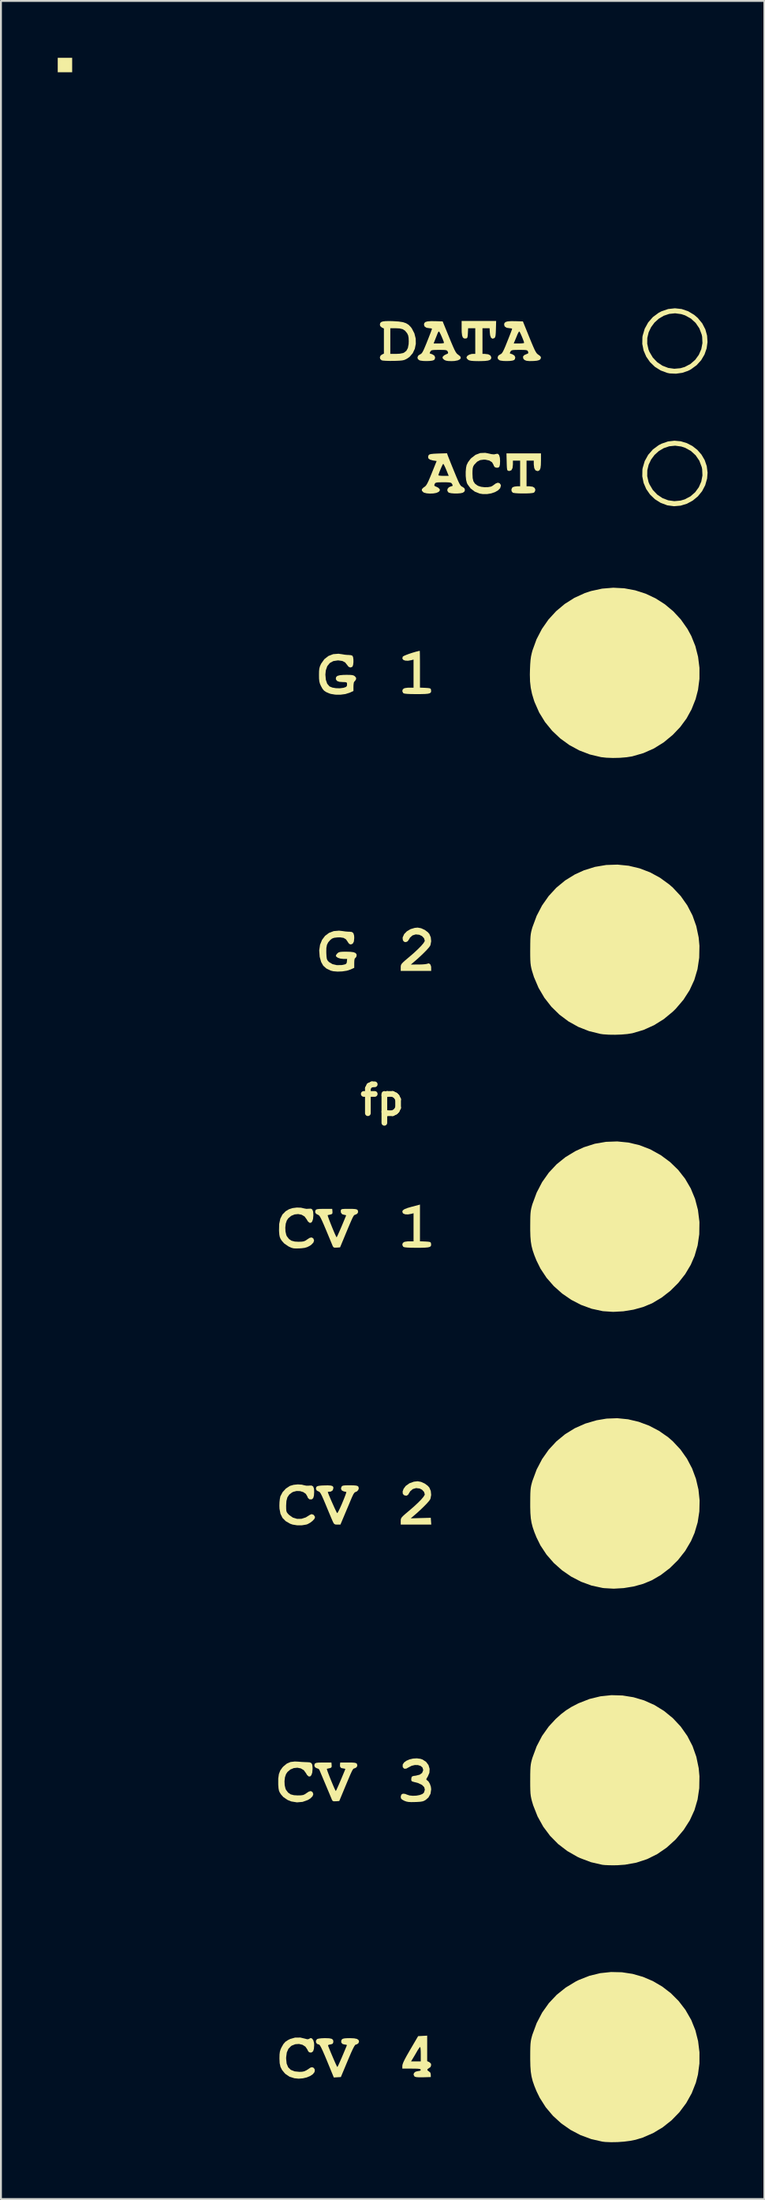
<source format=kicad_pcb>
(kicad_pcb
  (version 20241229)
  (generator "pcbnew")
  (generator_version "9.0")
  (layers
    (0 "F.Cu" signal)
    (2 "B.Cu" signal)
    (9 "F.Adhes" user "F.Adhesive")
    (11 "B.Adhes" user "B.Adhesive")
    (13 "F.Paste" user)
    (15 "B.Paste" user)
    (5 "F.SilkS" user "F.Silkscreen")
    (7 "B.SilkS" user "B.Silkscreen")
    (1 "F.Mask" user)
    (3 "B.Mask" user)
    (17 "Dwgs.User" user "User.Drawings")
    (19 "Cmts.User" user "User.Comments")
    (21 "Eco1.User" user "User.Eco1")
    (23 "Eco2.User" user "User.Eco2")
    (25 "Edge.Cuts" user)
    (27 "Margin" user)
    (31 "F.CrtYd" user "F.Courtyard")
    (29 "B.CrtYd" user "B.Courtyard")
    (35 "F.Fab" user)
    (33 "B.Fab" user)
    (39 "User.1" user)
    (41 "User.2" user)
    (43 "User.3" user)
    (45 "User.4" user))
  (footprint "fp"
    (layer "F.Cu")
    (at 17.145 54.991)
    (property "Reference" "fp" (at 0 0 0) (layer "F.SilkS") (effects (font (size 1.524 1.524) (thickness 0.3))))
    (attr board_only exclude_from_pos_files exclude_from_bom)
    (fp_poly (pts (xy -16.383 -54.229) (xy -17.145 -54.229) (xy -17.145 -54.991) (xy -16.383 -54.991)) (stroke (width 0) (type solid)) (fill yes) (layer "F.SilkS"))
    (fp_poly (pts (xy 1.99 7.447) (xy 2.275 7.459) (xy 2.428 7.469) (xy 2.516 7.484) (xy 2.558 7.513) (xy 2.574 7.563) (xy 2.575 7.569) (xy 2.58 7.647) (xy 2.561 7.704) (xy 2.509 7.743) (xy 2.413 7.768) (xy 2.262 7.782) (xy 2.045 7.788) (xy 1.824 7.789) (xy 1.531 7.787) (xy 1.318 7.778) (xy 1.181 7.763) (xy 1.113 7.742) (xy 1.109 7.739) (xy 1.064 7.655) (xy 1.058 7.62) (xy 1.086 7.53) (xy 1.173 7.476) (xy 1.33 7.452) (xy 1.405 7.451) (xy 1.651 7.451) (xy 1.651 5.967) (xy 1.535 5.999) (xy 1.355 6.03) (xy 1.204 6.023) (xy 1.103 5.979) (xy 1.085 5.958) (xy 1.057 5.881) (xy 1.084 5.814) (xy 1.173 5.752) (xy 1.333 5.689) (xy 1.56 5.624) (xy 1.99 5.511)) (stroke (width 0) (type solid)) (fill yes) (layer "F.SilkS"))
    (fp_poly (pts (xy 1.982 -23.665) (xy 1.985 -23.552) (xy 1.987 -23.379) (xy 1.989 -23.156) (xy 1.99 -22.895) (xy 1.99 -22.735) (xy 1.99 -21.763) (xy 2.275 -21.751) (xy 2.428 -21.741) (xy 2.516 -21.726) (xy 2.558 -21.697) (xy 2.574 -21.647) (xy 2.575 -21.641) (xy 2.58 -21.563) (xy 2.561 -21.506) (xy 2.509 -21.467) (xy 2.413 -21.442) (xy 2.262 -21.428) (xy 2.045 -21.422) (xy 1.824 -21.421) (xy 1.531 -21.423) (xy 1.318 -21.432) (xy 1.181 -21.447) (xy 1.113 -21.468) (xy 1.109 -21.471) (xy 1.064 -21.555) (xy 1.058 -21.59) (xy 1.086 -21.68) (xy 1.173 -21.734) (xy 1.33 -21.758) (xy 1.405 -21.759) (xy 1.651 -21.759) (xy 1.651 -23.243) (xy 1.535 -23.211) (xy 1.354 -23.18) (xy 1.206 -23.189) (xy 1.104 -23.231) (xy 1.058 -23.302) (xy 1.082 -23.396) (xy 1.084 -23.4) (xy 1.138 -23.435) (xy 1.253 -23.485) (xy 1.408 -23.543) (xy 1.584 -23.601) (xy 1.76 -23.653) (xy 1.914 -23.692) (xy 1.979 -23.705)) (stroke (width 0) (type solid)) (fill yes) (layer "F.SilkS"))
    (fp_poly (pts (xy 6.002 -40.676) (xy 5.994 -40.473) (xy 5.982 -40.339) (xy 5.962 -40.257) (xy 5.931 -40.212) (xy 5.916 -40.2) (xy 5.818 -40.172) (xy 5.744 -40.222) (xy 5.697 -40.349) (xy 5.681 -40.486) (xy 5.668 -40.725) (xy 5.292 -40.725) (xy 5.292 -39.37) (xy 5.416 -39.37) (xy 5.595 -39.349) (xy 5.711 -39.288) (xy 5.757 -39.191) (xy 5.757 -39.179) (xy 5.742 -39.106) (xy 5.688 -39.053) (xy 5.585 -39.018) (xy 5.423 -38.998) (xy 5.191 -38.99) (xy 5.087 -38.989) (xy 4.859 -38.993) (xy 4.701 -39.005) (xy 4.596 -39.027) (xy 4.539 -39.055) (xy 4.469 -39.124) (xy 4.445 -39.179) (xy 4.483 -39.257) (xy 4.578 -39.323) (xy 4.705 -39.364) (xy 4.772 -39.37) (xy 4.911 -39.37) (xy 4.911 -40.725) (xy 4.534 -40.725) (xy 4.521 -40.46) (xy 4.511 -40.315) (xy 4.494 -40.233) (xy 4.461 -40.195) (xy 4.405 -40.181) (xy 4.316 -40.186) (xy 4.254 -40.236) (xy 4.215 -40.342) (xy 4.195 -40.513) (xy 4.191 -40.712) (xy 4.191 -41.106) (xy 6.014 -41.106)) (stroke (width 0) (type solid)) (fill yes) (layer "F.SilkS"))
    (fp_poly (pts (xy 8.382 -33.737) (xy 8.376 -33.505) (xy 8.356 -33.345) (xy 8.317 -33.247) (xy 8.255 -33.199) (xy 8.189 -33.189) (xy 8.09 -33.228) (xy 8.027 -33.341) (xy 8.002 -33.529) (xy 8.001 -33.573) (xy 8.001 -33.74) (xy 7.62 -33.74) (xy 7.62 -32.385) (xy 7.771 -32.385) (xy 7.945 -32.363) (xy 8.051 -32.297) (xy 8.086 -32.194) (xy 8.053 -32.094) (xy 8.004 -32.048) (xy 7.924 -32.029) (xy 7.783 -32.015) (xy 7.602 -32.008) (xy 7.404 -32.007) (xy 7.211 -32.011) (xy 7.045 -32.021) (xy 6.927 -32.037) (xy 6.89 -32.05) (xy 6.828 -32.127) (xy 6.822 -32.23) (xy 6.868 -32.319) (xy 6.898 -32.341) (xy 6.996 -32.371) (xy 7.123 -32.385) (xy 7.13 -32.385) (xy 7.281 -32.385) (xy 7.281 -33.74) (xy 6.9 -33.74) (xy 6.9 -33.536) (xy 6.88 -33.348) (xy 6.82 -33.233) (xy 6.721 -33.194) (xy 6.686 -33.196) (xy 6.641 -33.206) (xy 6.61 -33.23) (xy 6.592 -33.283) (xy 6.581 -33.382) (xy 6.574 -33.542) (xy 6.571 -33.666) (xy 6.559 -34.121) (xy 8.382 -34.121)) (stroke (width 0) (type solid)) (fill yes) (layer "F.SilkS"))
    (fp_poly (pts (xy 2.05 20.141) (xy 2.241 20.228) (xy 2.406 20.35) (xy 2.487 20.443) (xy 2.561 20.62) (xy 2.582 20.826) (xy 2.546 21.02) (xy 2.523 21.074) (xy 2.461 21.159) (xy 2.348 21.286) (xy 2.195 21.442) (xy 2.016 21.614) (xy 1.822 21.791) (xy 1.693 21.902) (xy 1.503 22.064) (xy 2.032 22.049) (xy 2.561 22.035) (xy 2.574 22.214) (xy 2.587 22.394) (xy 0.974 22.394) (xy 0.974 22.214) (xy 0.976 22.137) (xy 0.99 22.075) (xy 1.027 22.013) (xy 1.097 21.938) (xy 1.21 21.836) (xy 1.377 21.695) (xy 1.392 21.683) (xy 1.655 21.457) (xy 1.876 21.252) (xy 2.051 21.075) (xy 2.173 20.932) (xy 2.236 20.83) (xy 2.244 20.798) (xy 2.205 20.669) (xy 2.101 20.557) (xy 1.975 20.491) (xy 1.787 20.468) (xy 1.614 20.518) (xy 1.478 20.632) (xy 1.429 20.712) (xy 1.36 20.823) (xy 1.284 20.868) (xy 1.254 20.87) (xy 1.14 20.84) (xy 1.081 20.759) (xy 1.075 20.643) (xy 1.124 20.507) (xy 1.228 20.365) (xy 1.245 20.348) (xy 1.435 20.213) (xy 1.669 20.13) (xy 1.869 20.108)) (stroke (width 0) (type solid)) (fill yes) (layer "F.SilkS"))
    (fp_poly (pts (xy 2.371 50.702) (xy 2.477 50.75) (xy 2.564 50.825) (xy 2.582 50.906) (xy 2.548 51.011) (xy 2.477 51.062) (xy 2.388 51.123) (xy 2.383 51.185) (xy 2.462 51.243) (xy 2.466 51.245) (xy 2.541 51.311) (xy 2.561 51.414) (xy 2.561 51.541) (xy 2.158 51.553) (xy 1.932 51.554) (xy 1.784 51.542) (xy 1.708 51.516) (xy 1.703 51.513) (xy 1.651 51.418) (xy 1.672 51.329) (xy 1.754 51.259) (xy 1.887 51.225) (xy 1.923 51.223) (xy 2.011 51.202) (xy 2.032 51.16) (xy 2.019 51.132) (xy 1.971 51.113) (xy 1.875 51.102) (xy 1.718 51.097) (xy 1.545 51.096) (xy 1.058 51.096) (xy 1.058 50.949) (xy 1.071 50.872) (xy 1.112 50.761) (xy 1.134 50.715) (xy 1.519 50.715) (xy 2.032 50.715) (xy 2.032 50.334) (xy 2.029 50.167) (xy 2.02 50.036) (xy 2.007 49.963) (xy 2 49.953) (xy 1.963 49.987) (xy 1.902 50.074) (xy 1.853 50.154) (xy 1.761 50.313) (xy 1.664 50.477) (xy 1.629 50.535) (xy 1.519 50.715) (xy 1.134 50.715) (xy 1.185 50.609) (xy 1.295 50.405) (xy 1.447 50.142) (xy 1.476 50.092) (xy 1.893 49.382) (xy 2.132 49.369) (xy 2.371 49.356)) (stroke (width 0) (type solid)) (fill yes) (layer "F.SilkS"))
    (fp_poly (pts (xy 12.788 -27.003) (xy 13.359 -26.897) (xy 13.91 -26.72) (xy 14.434 -26.474) (xy 14.923 -26.163) (xy 15.372 -25.789) (xy 15.772 -25.357) (xy 16.116 -24.868) (xy 16.322 -24.49) (xy 16.537 -23.956) (xy 16.681 -23.39) (xy 16.754 -22.808) (xy 16.753 -22.222) (xy 16.679 -21.647) (xy 16.551 -21.157) (xy 16.336 -20.616) (xy 16.069 -20.131) (xy 15.738 -19.684) (xy 15.344 -19.27) (xy 14.865 -18.874) (xy 14.346 -18.552) (xy 13.789 -18.306) (xy 13.199 -18.136) (xy 12.899 -18.089) (xy 12.55 -18.06) (xy 12.186 -18.052) (xy 11.84 -18.065) (xy 11.557 -18.096) (xy 10.966 -18.236) (xy 10.405 -18.45) (xy 9.881 -18.734) (xy 9.401 -19.082) (xy 8.971 -19.488) (xy 8.596 -19.947) (xy 8.285 -20.453) (xy 8.043 -21.002) (xy 8.008 -21.103) (xy 7.908 -21.437) (xy 7.842 -21.755) (xy 7.805 -22.084) (xy 7.795 -22.451) (xy 7.801 -22.709) (xy 7.813 -22.992) (xy 7.83 -23.214) (xy 7.855 -23.399) (xy 7.892 -23.571) (xy 7.934 -23.728) (xy 8.148 -24.315) (xy 8.431 -24.858) (xy 8.777 -25.354) (xy 9.181 -25.795) (xy 9.638 -26.178) (xy 10.144 -26.498) (xy 10.692 -26.748) (xy 11.023 -26.858) (xy 11.613 -26.986) (xy 12.204 -27.034)) (stroke (width 0) (type solid)) (fill yes) (layer "F.SilkS"))
    (fp_poly (pts (xy 2.05 -9.069) (xy 2.241 -8.982) (xy 2.406 -8.86) (xy 2.487 -8.767) (xy 2.561 -8.59) (xy 2.582 -8.384) (xy 2.546 -8.19) (xy 2.523 -8.136) (xy 2.462 -8.052) (xy 2.349 -7.925) (xy 2.198 -7.771) (xy 2.022 -7.602) (xy 1.835 -7.432) (xy 1.696 -7.312) (xy 1.509 -7.154) (xy 1.908 -7.155) (xy 2.089 -7.159) (xy 2.242 -7.17) (xy 2.343 -7.185) (xy 2.368 -7.194) (xy 2.461 -7.216) (xy 2.534 -7.165) (xy 2.577 -7.055) (xy 2.582 -6.984) (xy 2.582 -6.816) (xy 0.974 -6.816) (xy 0.974 -6.996) (xy 0.976 -7.073) (xy 0.99 -7.135) (xy 1.027 -7.197) (xy 1.097 -7.272) (xy 1.21 -7.374) (xy 1.377 -7.515) (xy 1.392 -7.527) (xy 1.655 -7.753) (xy 1.876 -7.958) (xy 2.051 -8.135) (xy 2.173 -8.278) (xy 2.236 -8.38) (xy 2.244 -8.412) (xy 2.204 -8.542) (xy 2.098 -8.654) (xy 1.954 -8.724) (xy 1.765 -8.743) (xy 1.595 -8.69) (xy 1.464 -8.574) (xy 1.416 -8.489) (xy 1.339 -8.378) (xy 1.244 -8.335) (xy 1.154 -8.353) (xy 1.09 -8.427) (xy 1.073 -8.55) (xy 1.08 -8.594) (xy 1.157 -8.763) (xy 1.301 -8.91) (xy 1.493 -9.022) (xy 1.716 -9.088) (xy 1.869 -9.102)) (stroke (width 0) (type solid)) (fill yes) (layer "F.SilkS"))
    (fp_poly (pts (xy 12.983 16.838) (xy 13.547 16.971) (xy 14.095 17.175) (xy 14.615 17.447) (xy 15.096 17.782) (xy 15.348 18) (xy 15.754 18.435) (xy 16.094 18.916) (xy 16.366 19.433) (xy 16.569 19.979) (xy 16.701 20.544) (xy 16.762 21.121) (xy 16.748 21.701) (xy 16.66 22.275) (xy 16.494 22.836) (xy 16.309 23.262) (xy 16.002 23.782) (xy 15.625 24.261) (xy 15.19 24.69) (xy 14.706 25.059) (xy 14.236 25.332) (xy 13.784 25.519) (xy 13.282 25.658) (xy 12.755 25.744) (xy 12.225 25.775) (xy 11.713 25.746) (xy 11.624 25.734) (xy 11.052 25.61) (xy 10.502 25.409) (xy 9.98 25.139) (xy 9.496 24.806) (xy 9.058 24.417) (xy 8.675 23.977) (xy 8.355 23.494) (xy 8.145 23.069) (xy 8.03 22.784) (xy 7.945 22.535) (xy 7.884 22.3) (xy 7.845 22.059) (xy 7.823 21.789) (xy 7.814 21.468) (xy 7.814 21.251) (xy 7.816 20.967) (xy 7.82 20.75) (xy 7.829 20.582) (xy 7.844 20.445) (xy 7.867 20.322) (xy 7.9 20.193) (xy 7.931 20.087) (xy 8.154 19.487) (xy 8.442 18.937) (xy 8.792 18.44) (xy 9.199 18.002) (xy 9.659 17.624) (xy 10.169 17.31) (xy 10.723 17.065) (xy 11.317 16.891) (xy 11.849 16.802) (xy 12.413 16.781)) (stroke (width 0) (type solid)) (fill yes) (layer "F.SilkS"))
    (fp_poly (pts (xy 0.567 -41.097) (xy 0.861 -41.079) (xy 1.086 -41.045) (xy 1.258 -40.987) (xy 1.395 -40.901) (xy 1.511 -40.78) (xy 1.562 -40.71) (xy 1.695 -40.454) (xy 1.764 -40.18) (xy 1.771 -39.904) (xy 1.718 -39.64) (xy 1.607 -39.405) (xy 1.44 -39.212) (xy 1.323 -39.129) (xy 1.234 -39.08) (xy 1.149 -39.046) (xy 1.051 -39.025) (xy 0.918 -39.012) (xy 0.732 -39.004) (xy 0.594 -39.001) (xy 0.382 -39) (xy 0.194 -39.005) (xy 0.05 -39.015) (xy -0.03 -39.03) (xy -0.032 -39.03) (xy -0.111 -39.101) (xy -0.128 -39.197) (xy -0.084 -39.29) (xy -0.021 -39.335) (xy 0.085 -39.384) (xy 0.085 -40.711) (xy 0.055 -40.725) (xy 0.423 -40.725) (xy 0.423 -39.37) (xy 0.722 -39.37) (xy 0.929 -39.381) (xy 1.091 -39.413) (xy 1.144 -39.434) (xy 1.271 -39.533) (xy 1.351 -39.679) (xy 1.391 -39.885) (xy 1.397 -40.039) (xy 1.39 -40.218) (xy 1.366 -40.345) (xy 1.317 -40.449) (xy 1.3 -40.474) (xy 1.197 -40.598) (xy 1.074 -40.675) (xy 0.911 -40.714) (xy 0.709 -40.724) (xy 0.423 -40.725) (xy 0.055 -40.725) (xy -0.021 -40.759) (xy -0.109 -40.835) (xy -0.127 -40.913) (xy -0.113 -40.992) (xy -0.066 -41.047) (xy 0.027 -41.082) (xy 0.175 -41.099) (xy 0.39 -41.102)) (stroke (width 0) (type solid)) (fill yes) (layer "F.SilkS"))
    (fp_poly (pts (xy 13.006 2.238) (xy 13.59 2.377) (xy 14.154 2.595) (xy 14.166 2.601) (xy 14.712 2.904) (xy 15.202 3.266) (xy 15.631 3.682) (xy 15.996 4.148) (xy 16.294 4.658) (xy 16.521 5.207) (xy 16.674 5.79) (xy 16.75 6.402) (xy 16.753 6.462) (xy 16.743 7.079) (xy 16.658 7.664) (xy 16.496 8.222) (xy 16.294 8.688) (xy 16.003 9.177) (xy 15.642 9.637) (xy 15.223 10.055) (xy 14.758 10.417) (xy 14.261 10.713) (xy 14.245 10.721) (xy 13.781 10.913) (xy 13.269 11.055) (xy 12.732 11.141) (xy 12.194 11.17) (xy 11.676 11.136) (xy 11.624 11.129) (xy 11.054 11.005) (xy 10.503 10.804) (xy 9.982 10.535) (xy 9.498 10.202) (xy 9.061 9.813) (xy 8.677 9.374) (xy 8.357 8.892) (xy 8.145 8.464) (xy 8.03 8.179) (xy 7.945 7.93) (xy 7.884 7.695) (xy 7.845 7.454) (xy 7.823 7.184) (xy 7.814 6.863) (xy 7.814 6.646) (xy 7.816 6.362) (xy 7.82 6.145) (xy 7.829 5.977) (xy 7.844 5.84) (xy 7.867 5.717) (xy 7.9 5.588) (xy 7.931 5.482) (xy 8.155 4.877) (xy 8.443 4.324) (xy 8.795 3.827) (xy 9.207 3.386) (xy 9.678 3.006) (xy 10.206 2.687) (xy 10.653 2.484) (xy 11.227 2.301) (xy 11.816 2.2) (xy 12.412 2.179)) (stroke (width 0) (type solid)) (fill yes) (layer "F.SilkS"))
    (fp_poly (pts (xy -4.443 34.901) (xy -4.262 34.916) (xy -4.083 34.925) (xy -3.982 34.928) (xy -3.835 34.938) (xy -3.745 34.978) (xy -3.699 35.065) (xy -3.684 35.214) (xy -3.683 35.282) (xy -3.7 35.478) (xy -3.746 35.613) (xy -3.812 35.682) (xy -3.892 35.68) (xy -3.977 35.602) (xy -4.034 35.504) (xy -4.147 35.351) (xy -4.303 35.257) (xy -4.484 35.221) (xy -4.674 35.24) (xy -4.855 35.315) (xy -5.009 35.445) (xy -5.086 35.559) (xy -5.143 35.727) (xy -5.166 35.933) (xy -5.157 36.144) (xy -5.114 36.326) (xy -5.082 36.394) (xy -4.972 36.536) (xy -4.841 36.626) (xy -4.666 36.671) (xy -4.465 36.682) (xy -4.296 36.678) (xy -4.181 36.66) (xy -4.09 36.62) (xy -4.011 36.565) (xy -3.877 36.478) (xy -3.779 36.454) (xy -3.703 36.491) (xy -3.681 36.515) (xy -3.644 36.616) (xy -3.684 36.727) (xy -3.798 36.84) (xy -3.932 36.923) (xy -4.21 37.023) (xy -4.508 37.049) (xy -4.805 37.001) (xy -4.998 36.925) (xy -5.227 36.77) (xy -5.355 36.625) (xy -5.42 36.523) (xy -5.46 36.425) (xy -5.482 36.305) (xy -5.495 36.135) (xy -5.497 36.082) (xy -5.496 35.789) (xy -5.463 35.558) (xy -5.391 35.369) (xy -5.275 35.206) (xy -5.224 35.152) (xy -5.043 35.004) (xy -4.849 34.919) (xy -4.619 34.892)) (stroke (width 0) (type solid)) (fill yes) (layer "F.SilkS"))
    (fp_poly (pts (xy 12.658 46.012) (xy 13.222 46.098) (xy 13.769 46.254) (xy 14.292 46.477) (xy 14.786 46.766) (xy 15.242 47.116) (xy 15.653 47.527) (xy 16.013 47.995) (xy 16.314 48.518) (xy 16.321 48.531) (xy 16.538 49.071) (xy 16.682 49.642) (xy 16.754 50.232) (xy 16.752 50.825) (xy 16.675 51.407) (xy 16.565 51.836) (xy 16.345 52.395) (xy 16.053 52.917) (xy 15.696 53.395) (xy 15.281 53.822) (xy 14.814 54.192) (xy 14.302 54.499) (xy 13.752 54.737) (xy 13.382 54.849) (xy 13.103 54.905) (xy 12.776 54.947) (xy 12.428 54.972) (xy 12.087 54.978) (xy 11.783 54.966) (xy 11.624 54.947) (xy 11.034 54.813) (xy 10.47 54.604) (xy 9.942 54.327) (xy 9.454 53.986) (xy 9.016 53.587) (xy 8.635 53.136) (xy 8.318 52.638) (xy 8.15 52.295) (xy 8.033 52.009) (xy 7.945 51.755) (xy 7.883 51.51) (xy 7.843 51.253) (xy 7.822 50.964) (xy 7.814 50.62) (xy 7.814 50.461) (xy 7.815 50.177) (xy 7.82 49.96) (xy 7.829 49.792) (xy 7.844 49.655) (xy 7.867 49.531) (xy 7.9 49.403) (xy 7.931 49.297) (xy 8.155 48.693) (xy 8.443 48.141) (xy 8.796 47.644) (xy 9.211 47.203) (xy 9.687 46.82) (xy 10.222 46.498) (xy 10.383 46.418) (xy 10.941 46.199) (xy 11.511 46.06) (xy 12.086 45.999)) (stroke (width 0) (type solid)) (fill yes) (layer "F.SilkS"))
    (fp_poly (pts (xy 13.015 -12.366) (xy 13.591 -12.229) (xy 14.147 -12.017) (xy 14.675 -11.73) (xy 15.169 -11.369) (xy 15.354 -11.206) (xy 15.766 -10.765) (xy 16.111 -10.275) (xy 16.386 -9.744) (xy 16.587 -9.178) (xy 16.712 -8.584) (xy 16.753 -8.143) (xy 16.741 -7.512) (xy 16.651 -6.91) (xy 16.482 -6.34) (xy 16.234 -5.802) (xy 15.909 -5.296) (xy 15.506 -4.824) (xy 15.344 -4.665) (xy 14.87 -4.274) (xy 14.352 -3.952) (xy 13.799 -3.703) (xy 13.219 -3.532) (xy 13.21 -3.53) (xy 12.949 -3.488) (xy 12.635 -3.461) (xy 12.298 -3.449) (xy 11.966 -3.453) (xy 11.67 -3.473) (xy 11.523 -3.494) (xy 10.922 -3.641) (xy 10.358 -3.862) (xy 9.835 -4.153) (xy 9.359 -4.509) (xy 8.933 -4.926) (xy 8.563 -5.399) (xy 8.254 -5.924) (xy 8.01 -6.496) (xy 7.906 -6.829) (xy 7.871 -6.966) (xy 7.846 -7.094) (xy 7.829 -7.232) (xy 7.819 -7.398) (xy 7.814 -7.609) (xy 7.813 -7.882) (xy 7.814 -7.959) (xy 7.816 -8.243) (xy 7.82 -8.46) (xy 7.829 -8.628) (xy 7.844 -8.765) (xy 7.867 -8.888) (xy 7.9 -9.017) (xy 7.931 -9.123) (xy 8.153 -9.721) (xy 8.44 -10.271) (xy 8.79 -10.769) (xy 9.198 -11.211) (xy 9.661 -11.592) (xy 10.175 -11.908) (xy 10.651 -12.124) (xy 11.236 -12.306) (xy 11.83 -12.406) (xy 12.425 -12.425)) (stroke (width 0) (type solid)) (fill yes) (layer "F.SilkS"))
    (fp_poly (pts (xy 12.692 31.41) (xy 13.27 31.503) (xy 13.833 31.67) (xy 14.373 31.911) (xy 14.881 32.224) (xy 15.348 32.605) (xy 15.766 33.052) (xy 16.114 33.546) (xy 16.389 34.079) (xy 16.59 34.647) (xy 16.714 35.244) (xy 16.753 35.672) (xy 16.743 36.301) (xy 16.655 36.897) (xy 16.49 37.46) (xy 16.245 37.995) (xy 15.921 38.501) (xy 15.516 38.983) (xy 15.476 39.025) (xy 15.018 39.439) (xy 14.522 39.779) (xy 13.989 40.043) (xy 13.422 40.229) (xy 12.823 40.337) (xy 12.425 40.365) (xy 12.19 40.369) (xy 11.96 40.365) (xy 11.761 40.356) (xy 11.624 40.342) (xy 11.031 40.207) (xy 10.45 39.989) (xy 10.308 39.923) (xy 9.77 39.615) (xy 9.288 39.245) (xy 8.864 38.815) (xy 8.501 38.33) (xy 8.203 37.793) (xy 7.971 37.206) (xy 7.904 36.982) (xy 7.87 36.846) (xy 7.845 36.717) (xy 7.828 36.577) (xy 7.819 36.409) (xy 7.814 36.194) (xy 7.813 35.916) (xy 7.814 35.856) (xy 7.815 35.572) (xy 7.82 35.355) (xy 7.829 35.187) (xy 7.844 35.05) (xy 7.867 34.926) (xy 7.9 34.798) (xy 7.931 34.692) (xy 8.154 34.09) (xy 8.441 33.541) (xy 8.794 33.045) (xy 9.158 32.652) (xy 9.439 32.398) (xy 9.708 32.192) (xy 9.995 32.012) (xy 10.331 31.838) (xy 10.384 31.813) (xy 10.945 31.594) (xy 11.521 31.454) (xy 12.106 31.393)) (stroke (width 0) (type solid)) (fill yes) (layer "F.SilkS"))
    (fp_poly (pts (xy -4.294 5.675) (xy -4.136 5.712) (xy -4.007 5.736) (xy -3.895 5.73) (xy -3.774 5.724) (xy -3.696 5.77) (xy -3.654 5.878) (xy -3.641 6.058) (xy -3.641 6.072) (xy -3.658 6.268) (xy -3.703 6.403) (xy -3.77 6.472) (xy -3.85 6.47) (xy -3.935 6.392) (xy -3.992 6.294) (xy -4.104 6.141) (xy -4.261 6.047) (xy -4.442 6.011) (xy -4.632 6.03) (xy -4.812 6.105) (xy -4.966 6.235) (xy -5.044 6.349) (xy -5.101 6.517) (xy -5.124 6.723) (xy -5.114 6.934) (xy -5.072 7.116) (xy -5.04 7.184) (xy -4.929 7.327) (xy -4.796 7.417) (xy -4.62 7.462) (xy -4.426 7.472) (xy -4.257 7.467) (xy -4.143 7.449) (xy -4.051 7.409) (xy -3.975 7.355) (xy -3.837 7.266) (xy -3.735 7.244) (xy -3.656 7.286) (xy -3.641 7.302) (xy -3.603 7.405) (xy -3.642 7.518) (xy -3.753 7.633) (xy -3.838 7.69) (xy -3.965 7.754) (xy -4.096 7.793) (xy -4.263 7.815) (xy -4.378 7.822) (xy -4.559 7.827) (xy -4.687 7.819) (xy -4.795 7.791) (xy -4.914 7.738) (xy -4.953 7.719) (xy -5.181 7.563) (xy -5.313 7.415) (xy -5.377 7.313) (xy -5.417 7.215) (xy -5.44 7.095) (xy -5.453 6.925) (xy -5.455 6.872) (xy -5.447 6.532) (xy -5.388 6.255) (xy -5.276 6.034) (xy -5.106 5.862) (xy -4.933 5.758) (xy -4.741 5.696) (xy -4.515 5.667)) (stroke (width 0) (type solid)) (fill yes) (layer "F.SilkS"))
    (fp_poly (pts (xy -4.25 20.287) (xy -4.135 20.317) (xy -4.012 20.341) (xy -3.869 20.339) (xy -3.854 20.336) (xy -3.729 20.335) (xy -3.65 20.387) (xy -3.609 20.501) (xy -3.599 20.666) (xy -3.611 20.866) (xy -3.648 20.993) (xy -3.712 21.056) (xy -3.724 21.06) (xy -3.842 21.064) (xy -3.927 20.99) (xy -3.964 20.9) (xy -4.041 20.771) (xy -4.175 20.679) (xy -4.346 20.627) (xy -4.532 20.622) (xy -4.711 20.669) (xy -4.773 20.701) (xy -4.919 20.815) (xy -5.014 20.959) (xy -5.065 21.148) (xy -5.08 21.394) (xy -5.078 21.562) (xy -5.068 21.672) (xy -5.04 21.749) (xy -4.986 21.819) (xy -4.92 21.887) (xy -4.727 22.023) (xy -4.504 22.091) (xy -4.269 22.088) (xy -4.042 22.015) (xy -3.936 21.949) (xy -3.831 21.883) (xy -3.743 21.846) (xy -3.726 21.844) (xy -3.625 21.881) (xy -3.563 21.971) (xy -3.556 22.017) (xy -3.591 22.099) (xy -3.682 22.197) (xy -3.805 22.292) (xy -3.94 22.367) (xy -4.01 22.392) (xy -4.246 22.431) (xy -4.502 22.431) (xy -4.74 22.393) (xy -4.868 22.348) (xy -5.105 22.211) (xy -5.274 22.039) (xy -5.38 21.823) (xy -5.431 21.552) (xy -5.437 21.399) (xy -5.431 21.213) (xy -5.412 21.038) (xy -5.385 20.908) (xy -5.382 20.898) (xy -5.267 20.682) (xy -5.093 20.492) (xy -4.887 20.357) (xy -4.877 20.352) (xy -4.684 20.296) (xy -4.462 20.273)) (stroke (width 0) (type solid)) (fill yes) (layer "F.SilkS"))
    (fp_poly (pts (xy -4.104 49.51) (xy -3.962 49.547) (xy -3.884 49.535) (xy -3.879 49.531) (xy -3.79 49.482) (xy -3.709 49.508) (xy -3.645 49.597) (xy -3.606 49.741) (xy -3.598 49.853) (xy -3.612 50.052) (xy -3.654 50.179) (xy -3.729 50.24) (xy -3.791 50.25) (xy -3.868 50.231) (xy -3.926 50.161) (xy -3.962 50.082) (xy -4.063 49.936) (xy -4.215 49.839) (xy -4.399 49.795) (xy -4.594 49.808) (xy -4.782 49.882) (xy -4.821 49.908) (xy -4.959 50.049) (xy -5.044 50.242) (xy -5.079 50.496) (xy -5.08 50.569) (xy -5.053 50.829) (xy -4.972 51.026) (xy -4.832 51.162) (xy -4.631 51.241) (xy -4.375 51.266) (xy -4.235 51.26) (xy -4.122 51.237) (xy -4.01 51.185) (xy -3.871 51.095) (xy -3.799 51.044) (xy -3.705 51.02) (xy -3.616 51.061) (xy -3.563 51.154) (xy -3.563 51.156) (xy -3.579 51.276) (xy -3.665 51.387) (xy -3.807 51.484) (xy -3.989 51.56) (xy -4.199 51.609) (xy -4.421 51.626) (xy -4.641 51.604) (xy -4.643 51.604) (xy -4.9 51.522) (xy -5.104 51.387) (xy -5.17 51.322) (xy -5.298 51.163) (xy -5.379 51.002) (xy -5.421 50.812) (xy -5.433 50.568) (xy -5.433 50.546) (xy -5.428 50.347) (xy -5.41 50.202) (xy -5.373 50.08) (xy -5.324 49.974) (xy -5.225 49.801) (xy -5.121 49.682) (xy -4.984 49.59) (xy -4.868 49.533) (xy -4.608 49.459) (xy -4.328 49.457)) (stroke (width 0) (type solid)) (fill yes) (layer "F.SilkS"))
    (fp_poly (pts (xy 15.768 -34.759) (xy 16.087 -34.663) (xy 16.382 -34.51) (xy 16.643 -34.305) (xy 16.862 -34.055) (xy 17.031 -33.767) (xy 17.14 -33.447) (xy 17.183 -33.103) (xy 17.158 -32.792) (xy 17.058 -32.44) (xy 16.892 -32.124) (xy 16.668 -31.852) (xy 16.398 -31.63) (xy 16.092 -31.465) (xy 15.76 -31.364) (xy 15.412 -31.333) (xy 15.059 -31.38) (xy 15.05 -31.383) (xy 14.703 -31.512) (xy 14.398 -31.705) (xy 14.142 -31.952) (xy 13.941 -32.242) (xy 13.803 -32.565) (xy 13.734 -32.911) (xy 13.734 -32.92) (xy 13.995 -32.92) (xy 14.065 -32.608) (xy 14.113 -32.491) (xy 14.292 -32.19) (xy 14.525 -31.946) (xy 14.799 -31.763) (xy 15.103 -31.646) (xy 15.426 -31.601) (xy 15.756 -31.631) (xy 15.98 -31.697) (xy 16.279 -31.855) (xy 16.528 -32.072) (xy 16.721 -32.337) (xy 16.851 -32.636) (xy 16.912 -32.957) (xy 16.897 -33.288) (xy 16.873 -33.404) (xy 16.748 -33.733) (xy 16.555 -34.017) (xy 16.303 -34.248) (xy 16.001 -34.415) (xy 15.795 -34.483) (xy 15.469 -34.527) (xy 15.157 -34.495) (xy 14.867 -34.397) (xy 14.605 -34.242) (xy 14.38 -34.039) (xy 14.2 -33.796) (xy 14.07 -33.523) (xy 13.999 -33.228) (xy 13.995 -32.92) (xy 13.734 -32.92) (xy 13.741 -33.268) (xy 13.754 -33.348) (xy 13.863 -33.716) (xy 14.045 -34.045) (xy 14.293 -34.328) (xy 14.599 -34.554) (xy 14.748 -34.632) (xy 15.09 -34.75) (xy 15.433 -34.79)) (stroke (width 0) (type solid)) (fill yes) (layer "F.SilkS"))
    (fp_poly (pts (xy 15.815 -41.737) (xy 16.158 -41.62) (xy 16.478 -41.428) (xy 16.664 -41.268) (xy 16.901 -40.981) (xy 17.065 -40.666) (xy 17.157 -40.334) (xy 17.179 -39.995) (xy 17.133 -39.659) (xy 17.021 -39.337) (xy 16.845 -39.039) (xy 16.607 -38.776) (xy 16.308 -38.558) (xy 16.152 -38.476) (xy 15.847 -38.372) (xy 15.514 -38.326) (xy 15.186 -38.34) (xy 15.05 -38.368) (xy 14.703 -38.497) (xy 14.398 -38.69) (xy 14.142 -38.937) (xy 13.941 -39.227) (xy 13.803 -39.55) (xy 13.734 -39.896) (xy 13.734 -39.905) (xy 13.995 -39.905) (xy 14.065 -39.593) (xy 14.113 -39.476) (xy 14.292 -39.175) (xy 14.525 -38.931) (xy 14.799 -38.748) (xy 15.103 -38.631) (xy 15.426 -38.586) (xy 15.756 -38.616) (xy 15.98 -38.682) (xy 16.279 -38.84) (xy 16.528 -39.057) (xy 16.721 -39.322) (xy 16.851 -39.621) (xy 16.912 -39.942) (xy 16.897 -40.273) (xy 16.873 -40.389) (xy 16.748 -40.718) (xy 16.555 -41.002) (xy 16.303 -41.233) (xy 16.001 -41.4) (xy 15.795 -41.468) (xy 15.469 -41.512) (xy 15.157 -41.48) (xy 14.867 -41.382) (xy 14.605 -41.227) (xy 14.38 -41.024) (xy 14.2 -40.781) (xy 14.07 -40.508) (xy 13.999 -40.213) (xy 13.995 -39.905) (xy 13.734 -39.905) (xy 13.741 -40.253) (xy 13.754 -40.333) (xy 13.863 -40.701) (xy 14.045 -41.03) (xy 14.293 -41.313) (xy 14.599 -41.539) (xy 14.748 -41.617) (xy 15.099 -41.737) (xy 15.459 -41.777)) (stroke (width 0) (type solid)) (fill yes) (layer "F.SilkS"))
    (fp_poly (pts (xy 5.578 -34.124) (xy 5.768 -34.081) (xy 5.902 -34.069) (xy 6.001 -34.089) (xy 6.016 -34.095) (xy 6.107 -34.1) (xy 6.173 -34.028) (xy 6.212 -33.887) (xy 6.222 -33.726) (xy 6.215 -33.543) (xy 6.19 -33.43) (xy 6.14 -33.375) (xy 6.057 -33.364) (xy 6.03 -33.366) (xy 5.938 -33.396) (xy 5.888 -33.475) (xy 5.875 -33.517) (xy 5.799 -33.652) (xy 5.655 -33.744) (xy 5.452 -33.788) (xy 5.364 -33.792) (xy 5.17 -33.767) (xy 5.01 -33.683) (xy 4.862 -33.528) (xy 4.85 -33.512) (xy 4.804 -33.434) (xy 4.777 -33.338) (xy 4.765 -33.199) (xy 4.763 -33.049) (xy 4.774 -32.817) (xy 4.814 -32.649) (xy 4.892 -32.527) (xy 5.016 -32.434) (xy 5.074 -32.403) (xy 5.221 -32.358) (xy 5.401 -32.336) (xy 5.583 -32.34) (xy 5.737 -32.367) (xy 5.811 -32.402) (xy 5.923 -32.482) (xy 5.998 -32.536) (xy 6.105 -32.574) (xy 6.201 -32.545) (xy 6.259 -32.461) (xy 6.265 -32.413) (xy 6.226 -32.285) (xy 6.117 -32.172) (xy 5.956 -32.079) (xy 5.756 -32.011) (xy 5.534 -31.974) (xy 5.305 -31.975) (xy 5.144 -32.001) (xy 4.883 -32.105) (xy 4.664 -32.272) (xy 4.503 -32.49) (xy 4.468 -32.564) (xy 4.428 -32.719) (xy 4.407 -32.926) (xy 4.406 -33.151) (xy 4.425 -33.365) (xy 4.454 -33.502) (xy 4.527 -33.653) (xy 4.649 -33.817) (xy 4.702 -33.873) (xy 4.927 -34.046) (xy 5.175 -34.139) (xy 5.439 -34.15)) (stroke (width 0) (type solid)) (fill yes) (layer "F.SilkS"))
    (fp_poly (pts (xy -2.81 49.495) (xy -2.678 49.521) (xy -2.607 49.573) (xy -2.586 49.654) (xy -2.59 49.708) (xy -2.62 49.78) (xy -2.701 49.813) (xy -2.744 49.819) (xy -2.841 49.841) (xy -2.867 49.88) (xy -2.866 49.882) (xy -2.792 50.069) (xy -2.709 50.272) (xy -2.622 50.476) (xy -2.54 50.667) (xy -2.468 50.829) (xy -2.412 50.947) (xy -2.38 51.007) (xy -2.376 51.011) (xy -2.351 50.974) (xy -2.3 50.868) (xy -2.226 50.704) (xy -2.134 50.494) (xy -2.029 50.246) (xy -1.915 49.973) (xy -1.87 49.861) (xy -1.896 49.837) (xy -1.979 49.826) (xy -1.985 49.826) (xy -2.102 49.796) (xy -2.169 49.718) (xy -2.168 49.615) (xy -2.137 49.556) (xy -2.08 49.519) (xy -1.982 49.498) (xy -1.826 49.489) (xy -1.707 49.488) (xy -1.484 49.498) (xy -1.335 49.53) (xy -1.253 49.588) (xy -1.228 49.673) (xy -1.264 49.758) (xy -1.349 49.817) (xy -1.4 49.826) (xy -1.435 49.85) (xy -1.485 49.924) (xy -1.554 50.055) (xy -1.644 50.249) (xy -1.758 50.514) (xy -1.83 50.684) (xy -2.189 51.541) (xy -2.375 51.552) (xy -2.561 51.564) (xy -2.918 50.695) (xy -3.049 50.383) (xy -3.153 50.146) (xy -3.233 49.978) (xy -3.293 49.874) (xy -3.334 49.829) (xy -3.344 49.826) (xy -3.443 49.794) (xy -3.5 49.718) (xy -3.506 49.625) (xy -3.453 49.545) (xy -3.432 49.531) (xy -3.352 49.511) (xy -3.214 49.495) (xy -3.046 49.488) (xy -3.014 49.488)) (stroke (width 0) (type solid)) (fill yes) (layer "F.SilkS"))
    (fp_poly (pts (xy 2.018 34.752) (xy 2.129 34.79) (xy 2.315 34.913) (xy 2.441 35.082) (xy 2.5 35.28) (xy 2.488 35.488) (xy 2.401 35.691) (xy 2.395 35.699) (xy 2.335 35.798) (xy 2.326 35.851) (xy 2.353 35.873) (xy 2.438 35.943) (xy 2.513 36.07) (xy 2.566 36.224) (xy 2.582 36.358) (xy 2.547 36.596) (xy 2.439 36.79) (xy 2.301 36.913) (xy 2.216 36.964) (xy 2.124 36.997) (xy 2.002 37.017) (xy 1.828 37.028) (xy 1.741 37.031) (xy 1.532 37.035) (xy 1.382 37.027) (xy 1.268 37.005) (xy 1.163 36.965) (xy 1.154 36.961) (xy 1.041 36.899) (xy 0.988 36.839) (xy 0.974 36.756) (xy 0.974 36.748) (xy 1.004 36.64) (xy 1.088 36.59) (xy 1.213 36.603) (xy 1.293 36.637) (xy 1.437 36.684) (xy 1.616 36.702) (xy 1.805 36.693) (xy 1.982 36.66) (xy 2.121 36.606) (xy 2.201 36.535) (xy 2.248 36.379) (xy 2.213 36.244) (xy 2.097 36.128) (xy 1.899 36.033) (xy 1.638 35.963) (xy 1.556 35.934) (xy 1.529 35.877) (xy 1.532 35.802) (xy 1.545 35.723) (xy 1.578 35.679) (xy 1.654 35.655) (xy 1.777 35.638) (xy 1.976 35.588) (xy 2.103 35.496) (xy 2.157 35.364) (xy 2.159 35.329) (xy 2.123 35.211) (xy 2.026 35.127) (xy 1.886 35.082) (xy 1.721 35.078) (xy 1.549 35.119) (xy 1.407 35.193) (xy 1.262 35.27) (xy 1.156 35.273) (xy 1.088 35.202) (xy 1.078 35.173) (xy 1.078 35.054) (xy 1.149 34.945) (xy 1.274 34.853) (xy 1.438 34.782) (xy 1.627 34.738) (xy 1.826 34.726)) (stroke (width 0) (type solid)) (fill yes) (layer "F.SilkS"))
    (fp_poly (pts (xy -2.675 35.082) (xy -2.676 35.179) (xy -2.718 35.226) (xy -2.781 35.245) (xy -2.877 35.266) (xy -2.929 35.278) (xy -2.923 35.316) (xy -2.89 35.416) (xy -2.837 35.56) (xy -2.77 35.733) (xy -2.696 35.917) (xy -2.622 36.096) (xy -2.554 36.255) (xy -2.498 36.375) (xy -2.463 36.441) (xy -2.455 36.448) (xy -2.433 36.411) (xy -2.384 36.307) (xy -2.313 36.149) (xy -2.226 35.949) (xy -2.128 35.717) (xy -2.024 35.468) (xy -1.954 35.298) (xy -1.979 35.272) (xy -2.039 35.263) (xy -2.169 35.239) (xy -2.231 35.165) (xy -2.236 35.069) (xy -2.223 34.946) (xy -1.804 34.946) (xy -1.606 34.948) (xy -1.475 34.957) (xy -1.396 34.974) (xy -1.352 35.003) (xy -1.338 35.02) (xy -1.319 35.117) (xy -1.366 35.204) (xy -1.465 35.254) (xy -1.472 35.256) (xy -1.498 35.261) (xy -1.522 35.276) (xy -1.55 35.307) (xy -1.584 35.362) (xy -1.628 35.45) (xy -1.687 35.579) (xy -1.763 35.757) (xy -1.862 35.991) (xy -1.987 36.29) (xy -2.088 36.534) (xy -2.273 36.978) (xy -2.449 36.991) (xy -2.566 36.993) (xy -2.628 36.967) (xy -2.663 36.907) (xy -2.679 36.867) (xy -2.706 36.801) (xy -2.747 36.703) (xy -2.805 36.564) (xy -2.883 36.379) (xy -2.984 36.139) (xy -3.111 35.838) (xy -3.267 35.468) (xy -3.33 35.319) (xy -3.385 35.272) (xy -3.439 35.256) (xy -3.54 35.209) (xy -3.591 35.123) (xy -3.576 35.026) (xy -3.572 35.02) (xy -3.538 34.985) (xy -3.476 34.963) (xy -3.371 34.951) (xy -3.206 34.947) (xy -3.107 34.946) (xy -2.688 34.946)) (stroke (width 0) (type solid)) (fill yes) (layer "F.SilkS"))
    (fp_poly (pts (xy -2.633 5.872) (xy -2.633 5.969) (xy -2.675 6.016) (xy -2.739 6.035) (xy -2.834 6.056) (xy -2.885 6.068) (xy -2.879 6.106) (xy -2.846 6.206) (xy -2.793 6.351) (xy -2.726 6.523) (xy -2.652 6.707) (xy -2.578 6.887) (xy -2.51 7.045) (xy -2.455 7.165) (xy -2.42 7.23) (xy -2.413 7.238) (xy -2.391 7.201) (xy -2.341 7.097) (xy -2.271 6.939) (xy -2.183 6.738) (xy -2.085 6.506) (xy -1.981 6.256) (xy -1.912 6.088) (xy -1.937 6.062) (xy -2.002 6.054) (xy -2.123 6.019) (xy -2.189 5.927) (xy -2.194 5.834) (xy -2.184 5.789) (xy -2.157 5.761) (xy -2.098 5.745) (xy -1.991 5.738) (xy -1.819 5.736) (xy -1.761 5.736) (xy -1.563 5.738) (xy -1.433 5.747) (xy -1.354 5.764) (xy -1.309 5.793) (xy -1.296 5.81) (xy -1.276 5.907) (xy -1.324 5.994) (xy -1.422 6.044) (xy -1.429 6.046) (xy -1.455 6.051) (xy -1.48 6.066) (xy -1.507 6.097) (xy -1.541 6.152) (xy -1.586 6.24) (xy -1.644 6.369) (xy -1.721 6.547) (xy -1.82 6.781) (xy -1.945 7.08) (xy -2.046 7.324) (xy -2.231 7.768) (xy -2.407 7.781) (xy -2.524 7.783) (xy -2.586 7.756) (xy -2.621 7.697) (xy -2.649 7.628) (xy -2.704 7.495) (xy -2.78 7.312) (xy -2.871 7.093) (xy -2.972 6.851) (xy -2.978 6.837) (xy -3.093 6.565) (xy -3.183 6.362) (xy -3.253 6.219) (xy -3.307 6.126) (xy -3.351 6.074) (xy -3.39 6.053) (xy -3.498 5.998) (xy -3.549 5.91) (xy -3.531 5.812) (xy -3.53 5.81) (xy -3.496 5.775) (xy -3.434 5.753) (xy -3.329 5.741) (xy -3.164 5.737) (xy -3.065 5.736) (xy -2.646 5.736)) (stroke (width 0) (type solid)) (fill yes) (layer "F.SilkS"))
    (fp_poly (pts (xy -1.516 20.324) (xy -1.382 20.336) (xy -1.303 20.359) (xy -1.269 20.385) (xy -1.241 20.475) (xy -1.272 20.573) (xy -1.346 20.648) (xy -1.398 20.666) (xy -1.462 20.7) (xy -1.527 20.791) (xy -1.603 20.951) (xy -1.605 20.955) (xy -1.665 21.097) (xy -1.747 21.294) (xy -1.843 21.521) (xy -1.942 21.756) (xy -1.966 21.812) (xy -2.211 22.394) (xy -2.378 22.394) (xy -2.474 22.39) (xy -2.536 22.363) (xy -2.585 22.295) (xy -2.642 22.172) (xy -2.692 22.055) (xy -2.766 21.88) (xy -2.856 21.665) (xy -2.953 21.431) (xy -3.005 21.306) (xy -3.111 21.055) (xy -3.193 20.873) (xy -3.256 20.752) (xy -3.306 20.682) (xy -3.348 20.652) (xy -3.356 20.65) (xy -3.456 20.603) (xy -3.506 20.517) (xy -3.491 20.42) (xy -3.488 20.415) (xy -3.444 20.375) (xy -3.362 20.35) (xy -3.224 20.334) (xy -3.107 20.329) (xy -2.883 20.324) (xy -2.731 20.333) (xy -2.638 20.358) (xy -2.593 20.403) (xy -2.582 20.461) (xy -2.616 20.583) (xy -2.711 20.649) (xy -2.781 20.659) (xy -2.857 20.664) (xy -2.879 20.674) (xy -2.862 20.728) (xy -2.819 20.839) (xy -2.755 20.991) (xy -2.68 21.166) (xy -2.599 21.347) (xy -2.522 21.517) (xy -2.455 21.659) (xy -2.406 21.756) (xy -2.383 21.79) (xy -2.354 21.758) (xy -2.301 21.661) (xy -2.229 21.512) (xy -2.145 21.325) (xy -2.11 21.241) (xy -2.028 21.042) (xy -1.962 20.873) (xy -1.917 20.747) (xy -1.899 20.68) (xy -1.9 20.673) (xy -1.957 20.66) (xy -2.038 20.642) (xy -2.146 20.587) (xy -2.183 20.494) (xy -2.157 20.402) (xy -2.127 20.363) (xy -2.075 20.339) (xy -1.983 20.326) (xy -1.834 20.321) (xy -1.718 20.32)) (stroke (width 0) (type solid)) (fill yes) (layer "F.SilkS"))
    (fp_poly (pts (xy -2.109 -8.921) (xy -1.945 -8.898) (xy -1.787 -8.886) (xy -1.727 -8.886) (xy -1.602 -8.87) (xy -1.525 -8.805) (xy -1.488 -8.678) (xy -1.482 -8.551) (xy -1.502 -8.365) (xy -1.563 -8.252) (xy -1.663 -8.213) (xy -1.666 -8.213) (xy -1.752 -8.244) (xy -1.825 -8.345) (xy -1.833 -8.362) (xy -1.921 -8.486) (xy -2.047 -8.56) (xy -2.226 -8.588) (xy -2.381 -8.584) (xy -2.543 -8.564) (xy -2.655 -8.522) (xy -2.749 -8.448) (xy -2.856 -8.326) (xy -2.923 -8.194) (xy -2.955 -8.029) (xy -2.959 -7.81) (xy -2.957 -7.745) (xy -2.947 -7.571) (xy -2.931 -7.459) (xy -2.901 -7.383) (xy -2.85 -7.321) (xy -2.807 -7.28) (xy -2.63 -7.175) (xy -2.404 -7.122) (xy -2.151 -7.126) (xy -2.078 -7.138) (xy -1.959 -7.166) (xy -1.899 -7.204) (xy -1.875 -7.272) (xy -1.871 -7.313) (xy -1.857 -7.451) (xy -2.062 -7.451) (xy -2.217 -7.468) (xy -2.348 -7.511) (xy -2.434 -7.573) (xy -2.455 -7.622) (xy -2.428 -7.679) (xy -2.371 -7.747) (xy -2.315 -7.79) (xy -2.238 -7.816) (xy -2.12 -7.828) (xy -1.939 -7.832) (xy -1.929 -7.832) (xy -1.688 -7.825) (xy -1.52 -7.804) (xy -1.416 -7.763) (xy -1.364 -7.701) (xy -1.355 -7.641) (xy -1.377 -7.55) (xy -1.418 -7.508) (xy -1.457 -7.466) (xy -1.477 -7.367) (xy -1.482 -7.232) (xy -1.482 -6.98) (xy -1.683 -6.889) (xy -1.875 -6.828) (xy -2.112 -6.791) (xy -2.359 -6.781) (xy -2.586 -6.799) (xy -2.728 -6.834) (xy -2.954 -6.944) (xy -3.118 -7.089) (xy -3.23 -7.285) (xy -3.303 -7.545) (xy -3.308 -7.573) (xy -3.332 -7.902) (xy -3.288 -8.199) (xy -3.183 -8.456) (xy -3.024 -8.667) (xy -2.816 -8.823) (xy -2.567 -8.917) (xy -2.284 -8.941)) (stroke (width 0) (type solid)) (fill yes) (layer "F.SilkS"))
    (fp_poly (pts (xy -2.138 -23.527) (xy -1.98 -23.5) (xy -1.829 -23.486) (xy -1.779 -23.486) (xy -1.664 -23.476) (xy -1.582 -23.448) (xy -1.578 -23.445) (xy -1.543 -23.372) (xy -1.526 -23.248) (xy -1.525 -23.103) (xy -1.54 -22.969) (xy -1.572 -22.877) (xy -1.585 -22.862) (xy -1.685 -22.823) (xy -1.784 -22.865) (xy -1.862 -22.966) (xy -1.965 -23.094) (xy -2.11 -23.169) (xy -2.311 -23.197) (xy -2.354 -23.198) (xy -2.587 -23.163) (xy -2.773 -23.061) (xy -2.907 -22.895) (xy -2.985 -22.669) (xy -3.006 -22.447) (xy -2.982 -22.177) (xy -2.911 -21.971) (xy -2.795 -21.834) (xy -2.78 -21.823) (xy -2.64 -21.766) (xy -2.452 -21.734) (xy -2.248 -21.728) (xy -2.061 -21.752) (xy -2.043 -21.756) (xy -1.929 -21.794) (xy -1.877 -21.838) (xy -1.863 -21.912) (xy -1.863 -21.93) (xy -1.867 -22.004) (xy -1.896 -22.041) (xy -1.97 -22.054) (xy -2.077 -22.056) (xy -2.272 -22.07) (xy -2.394 -22.117) (xy -2.45 -22.199) (xy -2.455 -22.249) (xy -2.435 -22.328) (xy -2.368 -22.383) (xy -2.244 -22.417) (xy -2.052 -22.434) (xy -1.881 -22.437) (xy -1.697 -22.434) (xy -1.577 -22.422) (xy -1.499 -22.397) (xy -1.442 -22.355) (xy -1.438 -22.351) (xy -1.381 -22.272) (xy -1.39 -22.197) (xy -1.396 -22.184) (xy -1.45 -22.106) (xy -1.482 -22.077) (xy -1.505 -22.023) (xy -1.52 -21.913) (xy -1.524 -21.818) (xy -1.524 -21.585) (xy -1.725 -21.494) (xy -1.949 -21.424) (xy -2.212 -21.389) (xy -2.481 -21.392) (xy -2.723 -21.432) (xy -2.807 -21.46) (xy -2.969 -21.531) (xy -3.077 -21.604) (xy -3.159 -21.701) (xy -3.241 -21.849) (xy -3.242 -21.851) (xy -3.294 -21.969) (xy -3.326 -22.088) (xy -3.341 -22.236) (xy -3.344 -22.43) (xy -3.341 -22.626) (xy -3.327 -22.766) (xy -3.297 -22.88) (xy -3.245 -22.998) (xy -3.226 -23.034) (xy -3.061 -23.265) (xy -2.847 -23.432) (xy -2.594 -23.529) (xy -2.314 -23.551)) (stroke (width 0) (type solid)) (fill yes) (layer "F.SilkS"))
    (fp_poly (pts (xy 3.46 -34.008) (xy 3.489 -33.931) (xy 3.545 -33.791) (xy 3.62 -33.602) (xy 3.71 -33.379) (xy 3.806 -33.145) (xy 3.914 -32.883) (xy 3.997 -32.689) (xy 4.061 -32.552) (xy 4.113 -32.46) (xy 4.158 -32.403) (xy 4.202 -32.37) (xy 4.235 -32.355) (xy 4.333 -32.286) (xy 4.367 -32.193) (xy 4.335 -32.103) (xy 4.252 -32.045) (xy 4.134 -32.019) (xy 3.974 -32.006) (xy 3.801 -32.006) (xy 3.643 -32.019) (xy 3.528 -32.044) (xy 3.497 -32.059) (xy 3.435 -32.146) (xy 3.443 -32.244) (xy 3.512 -32.329) (xy 3.577 -32.361) (xy 3.67 -32.393) (xy 3.718 -32.411) (xy 3.718 -32.411) (xy 3.712 -32.45) (xy 3.685 -32.508) (xy 3.656 -32.549) (xy 3.609 -32.575) (xy 3.529 -32.589) (xy 3.396 -32.596) (xy 3.222 -32.597) (xy 3.031 -32.595) (xy 2.907 -32.589) (xy 2.833 -32.574) (xy 2.791 -32.547) (xy 2.766 -32.505) (xy 2.764 -32.502) (xy 2.745 -32.432) (xy 2.781 -32.391) (xy 2.849 -32.364) (xy 2.955 -32.31) (xy 3.023 -32.245) (xy 3.043 -32.178) (xy 3.003 -32.115) (xy 2.969 -32.086) (xy 2.86 -32.037) (xy 2.699 -32.008) (xy 2.516 -32) (xy 2.341 -32.014) (xy 2.204 -32.05) (xy 2.168 -32.07) (xy 2.089 -32.153) (xy 2.092 -32.235) (xy 2.178 -32.321) (xy 2.212 -32.342) (xy 2.268 -32.383) (xy 2.32 -32.443) (xy 2.375 -32.532) (xy 2.44 -32.665) (xy 2.521 -32.854) (xy 2.567 -32.966) (xy 2.963 -32.966) (xy 3.002 -32.95) (xy 3.103 -32.939) (xy 3.236 -32.935) (xy 3.508 -32.935) (xy 3.379 -33.253) (xy 3.315 -33.4) (xy 3.261 -33.511) (xy 3.225 -33.567) (xy 3.219 -33.57) (xy 3.192 -33.535) (xy 3.146 -33.443) (xy 3.091 -33.318) (xy 3.036 -33.184) (xy 2.991 -33.065) (xy 2.966 -32.982) (xy 2.963 -32.966) (xy 2.567 -32.966) (xy 2.61 -33.072) (xy 2.871 -33.718) (xy 2.678 -33.748) (xy 2.514 -33.793) (xy 2.428 -33.866) (xy 2.421 -33.966) (xy 2.454 -34.036) (xy 2.495 -34.067) (xy 2.58 -34.088) (xy 2.722 -34.103) (xy 2.935 -34.113) (xy 2.956 -34.114) (xy 3.418 -34.128)) (stroke (width 0) (type solid)) (fill yes) (layer "F.SilkS"))
    (fp_poly (pts (xy 2.78 -41.097) (xy 3.189 -41.084) (xy 3.531 -40.248) (xy 3.648 -39.965) (xy 3.74 -39.75) (xy 3.812 -39.593) (xy 3.87 -39.482) (xy 3.92 -39.408) (xy 3.967 -39.358) (xy 4.011 -39.327) (xy 4.119 -39.239) (xy 4.147 -39.156) (xy 4.102 -39.084) (xy 3.989 -39.029) (xy 3.814 -38.996) (xy 3.657 -38.989) (xy 3.477 -38.995) (xy 3.357 -39.016) (xy 3.273 -39.056) (xy 3.254 -39.071) (xy 3.187 -39.141) (xy 3.186 -39.202) (xy 3.2 -39.23) (xy 3.273 -39.298) (xy 3.374 -39.349) (xy 3.459 -39.386) (xy 3.477 -39.432) (xy 3.459 -39.487) (xy 3.433 -39.53) (xy 3.394 -39.558) (xy 3.322 -39.574) (xy 3.202 -39.58) (xy 3.015 -39.582) (xy 3.001 -39.582) (xy 2.808 -39.58) (xy 2.682 -39.573) (xy 2.606 -39.558) (xy 2.563 -39.53) (xy 2.538 -39.493) (xy 2.507 -39.422) (xy 2.505 -39.396) (xy 2.551 -39.379) (xy 2.642 -39.348) (xy 2.646 -39.346) (xy 2.748 -39.281) (xy 2.791 -39.188) (xy 2.771 -39.091) (xy 2.726 -39.044) (xy 2.643 -39.016) (xy 2.503 -38.998) (xy 2.335 -38.992) (xy 2.165 -38.997) (xy 2.023 -39.015) (xy 1.958 -39.033) (xy 1.876 -39.1) (xy 1.858 -39.193) (xy 1.903 -39.284) (xy 1.989 -39.34) (xy 2.039 -39.366) (xy 2.085 -39.408) (xy 2.133 -39.48) (xy 2.19 -39.593) (xy 2.262 -39.76) (xy 2.328 -39.92) (xy 2.711 -39.92) (xy 2.985 -39.92) (xy 3.125 -39.924) (xy 3.224 -39.935) (xy 3.26 -39.95) (xy 3.244 -40.012) (xy 3.204 -40.121) (xy 3.149 -40.252) (xy 3.091 -40.383) (xy 3.038 -40.489) (xy 3.001 -40.549) (xy 2.994 -40.555) (xy 2.955 -40.521) (xy 2.924 -40.46) (xy 2.888 -40.367) (xy 2.834 -40.232) (xy 2.799 -40.143) (xy 2.711 -39.92) (xy 2.328 -39.92) (xy 2.357 -39.993) (xy 2.37 -40.025) (xy 2.456 -40.241) (xy 2.529 -40.43) (xy 2.585 -40.577) (xy 2.618 -40.669) (xy 2.625 -40.693) (xy 2.588 -40.715) (xy 2.499 -40.725) (xy 2.495 -40.725) (xy 2.333 -40.749) (xy 2.232 -40.818) (xy 2.201 -40.915) (xy 2.219 -40.997) (xy 2.278 -41.053) (xy 2.39 -41.085) (xy 2.566 -41.098)) (stroke (width 0) (type solid)) (fill yes) (layer "F.SilkS"))
    (fp_poly (pts (xy 7.016 -41.097) (xy 7.428 -41.084) (xy 7.767 -40.248) (xy 7.883 -39.965) (xy 7.974 -39.751) (xy 8.045 -39.593) (xy 8.103 -39.483) (xy 8.153 -39.408) (xy 8.2 -39.359) (xy 8.244 -39.328) (xy 8.334 -39.261) (xy 8.38 -39.201) (xy 8.381 -39.191) (xy 8.362 -39.103) (xy 8.297 -39.046) (xy 8.173 -39.012) (xy 8.004 -38.996) (xy 7.777 -38.991) (xy 7.619 -39.006) (xy 7.516 -39.046) (xy 7.453 -39.112) (xy 7.449 -39.119) (xy 7.431 -39.222) (xy 7.493 -39.304) (xy 7.62 -39.36) (xy 7.7 -39.393) (xy 7.713 -39.445) (xy 7.701 -39.486) (xy 7.679 -39.53) (xy 7.643 -39.558) (xy 7.575 -39.573) (xy 7.459 -39.58) (xy 7.277 -39.582) (xy 7.242 -39.582) (xy 7.047 -39.58) (xy 6.92 -39.574) (xy 6.842 -39.558) (xy 6.798 -39.532) (xy 6.771 -39.493) (xy 6.74 -39.422) (xy 6.738 -39.396) (xy 6.784 -39.379) (xy 6.875 -39.348) (xy 6.879 -39.346) (xy 6.981 -39.281) (xy 7.025 -39.188) (xy 7.004 -39.091) (xy 6.96 -39.044) (xy 6.876 -39.016) (xy 6.737 -38.998) (xy 6.568 -38.992) (xy 6.399 -38.997) (xy 6.256 -39.015) (xy 6.191 -39.033) (xy 6.109 -39.1) (xy 6.092 -39.193) (xy 6.136 -39.284) (xy 6.222 -39.34) (xy 6.273 -39.366) (xy 6.318 -39.408) (xy 6.366 -39.48) (xy 6.423 -39.593) (xy 6.496 -39.76) (xy 6.561 -39.92) (xy 6.942 -39.92) (xy 7.217 -39.92) (xy 7.358 -39.925) (xy 7.457 -39.936) (xy 7.493 -39.951) (xy 7.478 -40.014) (xy 7.439 -40.123) (xy 7.386 -40.254) (xy 7.329 -40.385) (xy 7.279 -40.491) (xy 7.244 -40.55) (xy 7.237 -40.555) (xy 7.203 -40.52) (xy 7.156 -40.432) (xy 7.141 -40.397) (xy 7.078 -40.244) (xy 7.013 -40.088) (xy 7.009 -40.079) (xy 6.942 -39.92) (xy 6.561 -39.92) (xy 6.59 -39.993) (xy 6.603 -40.025) (xy 6.689 -40.241) (xy 6.763 -40.43) (xy 6.819 -40.577) (xy 6.852 -40.669) (xy 6.858 -40.693) (xy 6.821 -40.715) (xy 6.732 -40.725) (xy 6.728 -40.725) (xy 6.566 -40.749) (xy 6.465 -40.818) (xy 6.435 -40.915) (xy 6.452 -40.997) (xy 6.511 -41.052) (xy 6.622 -41.085) (xy 6.797 -41.098)) (stroke (width 0) (type solid)) (fill yes) (layer "F.SilkS")))
  (gr_rect
    (start -3 -3)
    (end 37.328 112.969)
    (stroke (width 0.1) (type default))
    (fill no)
    (layer "Edge.Cuts")))
</source>
